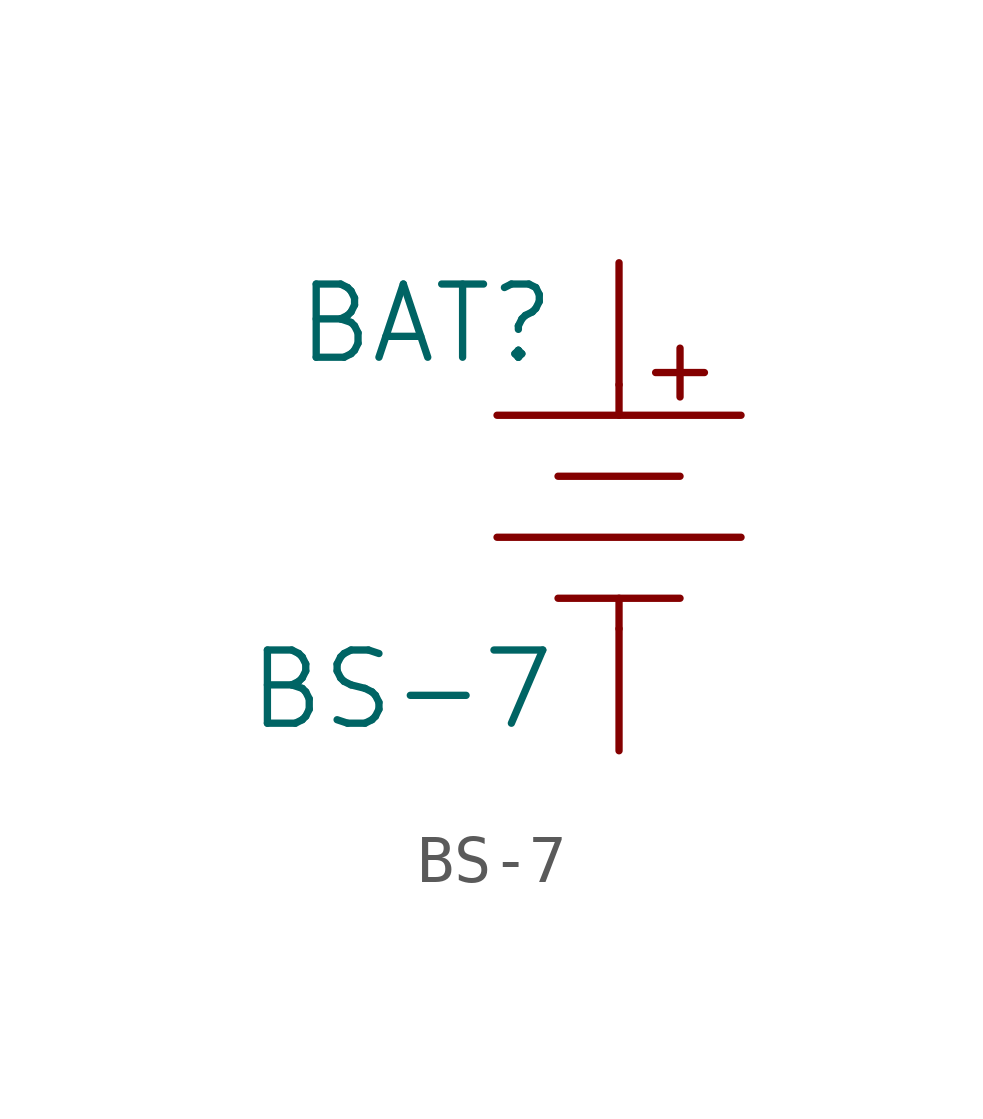
<source format=kicad_sym>
(kicad_symbol_lib
  (version 20231120)
  (generator "kicad_symbol_editor")
  (generator_version "8.0")
  (symbol "BS-7"
    (pin_numbers hide)
    (pin_names
      (offset 1.016))
    (property "Reference" "BAT"
      (at -1.27 3.81 0)
      (effects (font (size 1.524 1.524)) (justify right)))
    (property "Value" "BS-7"
      (at -1.27 -3.81 0)
      (effects (font (size 1.524 1.524)) (justify right)))
    (symbol "BS-7_1_1"
      (polyline (pts (xy 0 -2.54) (xy 0 -1.905)) (stroke (width 0) (type default)) (fill (type none)))
      (polyline (pts (xy 0 1.905) (xy 0 2.54)) (stroke (width 0) (type default)) (fill (type none)))
      (polyline (pts (xy 1.27 -1.905) (xy -1.27 -1.905)) (stroke (width 0) (type default)) (fill (type none)))
      (polyline (pts (xy 1.27 0.635) (xy -1.27 0.635)) (stroke (width 0) (type default)) (fill (type none)))
      (polyline (pts (xy 1.27 2.286) (xy 1.27 3.302)) (stroke (width 0) (type default)) (fill (type none)))
      (polyline (pts (xy 1.778 2.794) (xy 0.762 2.794)) (stroke (width 0) (type default)) (fill (type none)))
      (polyline (pts (xy 2.54 -0.635) (xy -2.54 -0.635)) (stroke (width 0) (type default)) (fill (type none)))
      (polyline (pts (xy 2.54 1.905) (xy -2.54 1.905)) (stroke (width 0) (type default)) (fill (type none)))
      (pin power_out line (at 0 -5.08 90) (length 2.54) (name "~" (effects (font (size 1.27 1.27)))) (number "Neg" (effects (font (size 1.27 1.27)))))
      (pin power_out line (at 0 5.08 270) (length 2.54) (name "~" (effects (font (size 1.27 1.27)))) (number "Pos" (effects (font (size 1.27 1.27))))))))
</source>
